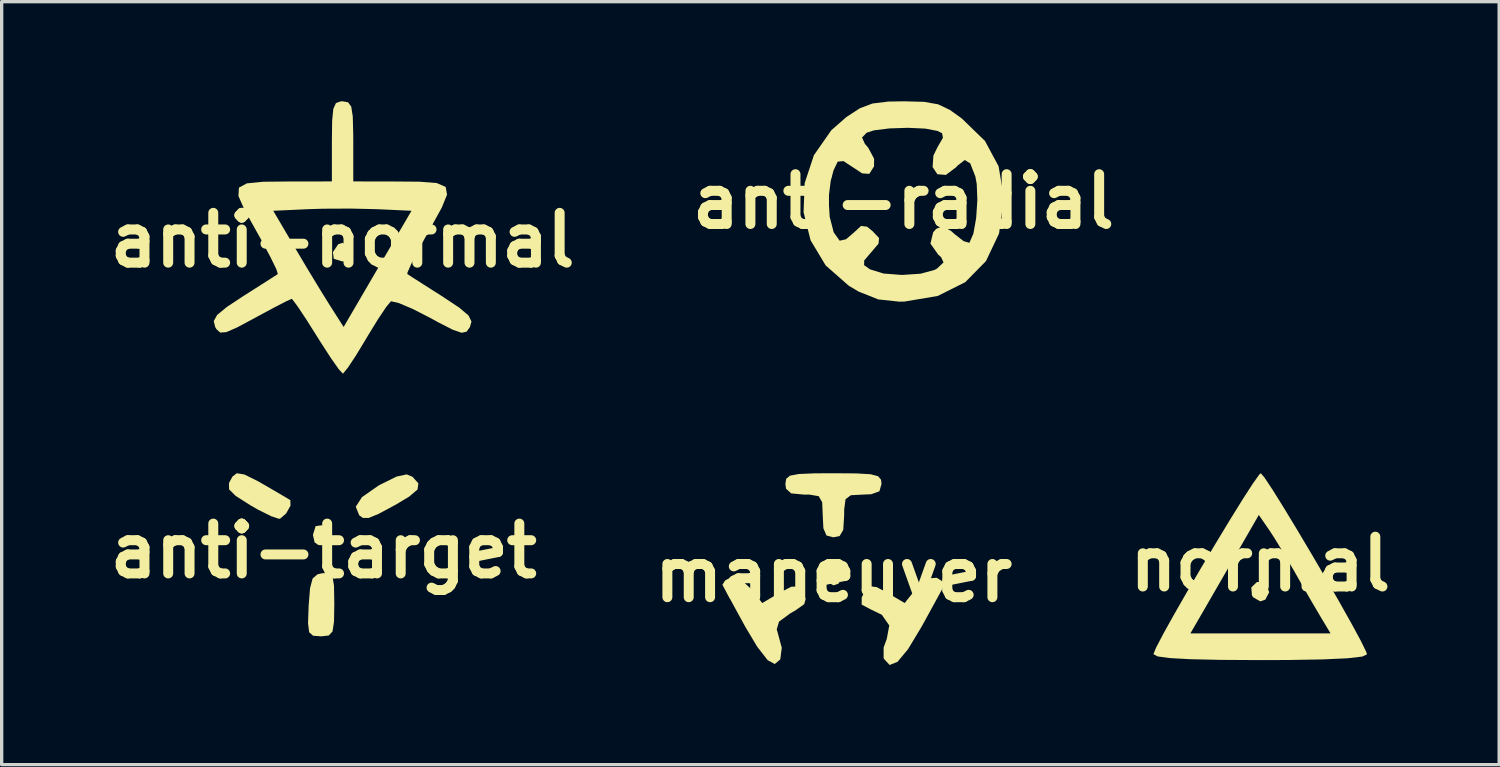
<source format=kicad_pcb>
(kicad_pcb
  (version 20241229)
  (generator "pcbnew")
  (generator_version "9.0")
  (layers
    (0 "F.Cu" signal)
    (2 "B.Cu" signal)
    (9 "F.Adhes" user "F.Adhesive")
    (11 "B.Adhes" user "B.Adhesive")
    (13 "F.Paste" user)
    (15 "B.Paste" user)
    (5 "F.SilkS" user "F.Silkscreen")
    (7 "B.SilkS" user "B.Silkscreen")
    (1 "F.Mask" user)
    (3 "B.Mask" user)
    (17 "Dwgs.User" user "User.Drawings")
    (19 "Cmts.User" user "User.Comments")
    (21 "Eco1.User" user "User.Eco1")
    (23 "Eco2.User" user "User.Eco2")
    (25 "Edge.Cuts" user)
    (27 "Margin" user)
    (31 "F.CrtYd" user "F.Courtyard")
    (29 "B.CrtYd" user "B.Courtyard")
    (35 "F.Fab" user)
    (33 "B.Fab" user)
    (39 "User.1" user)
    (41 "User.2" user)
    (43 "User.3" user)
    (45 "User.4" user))
  (footprint "normal"
    (layer "F.Cu")
    (at 34.893 13.93)
    (property "Reference" "normal" (at 0 0 0) (layer "F.SilkS") (effects (font (size 1.5 1.5) (thickness 0.3))))
    (attr board_only exclude_from_pos_files exclude_from_bom)
    (fp_poly (pts (xy 0.135 0.561) (xy 0.179 0.597) (xy 0.269 0.85) (xy 0.152 1.074) (xy 0 1.125) (xy -0.206 1.008) (xy -0.25 0.951) (xy -0.269 0.705) (xy -0.098 0.541)) (stroke (width 0) (type solid)) (fill yes) (layer "F.SilkS"))
    (fp_poly (pts (xy 0.128 -2.601) (xy 0.367 -2.241) (xy 0.702 -1.704) (xy 1.103 -1.043) (xy 1.54 -0.308) (xy 1.982 0.447) (xy 2.398 1.172) (xy 2.758 1.814) (xy 3.032 2.321) (xy 3.189 2.642) (xy 3.215 2.721) (xy 3.07 2.788) (xy 2.63 2.839) (xy 1.887 2.873) (xy 0.835 2.891) (xy 0 2.894) (xy -1.203 2.887) (xy -2.106 2.867) (xy -2.728 2.833) (xy -3.091 2.783) (xy -3.215 2.715) (xy -3.215 2.711) (xy -3.137 2.519) (xy -2.924 2.112) (xy -2.912 2.09) (xy -2.103 2.09) (xy 0.006 2.09) (xy 2.116 2.09) (xy 1.803 1.567) (xy 1.539 1.119) (xy 1.214 0.553) (xy 1.037 0.241) (xy 0.722 -0.301) (xy 0.413 -0.803) (xy 0.271 -1.019) (xy -0.043 -1.476) (xy -0.677 -0.376) (xy -1.047 0.264) (xy -1.414 0.9) (xy -1.7 1.395) (xy -1.707 1.407) (xy -2.103 2.09) (xy -2.912 2.09) (xy -2.606 1.541) (xy -2.215 0.858) (xy -1.78 0.115) (xy -1.332 -0.636) (xy -0.903 -1.344) (xy -0.523 -1.957) (xy -0.222 -2.422) (xy -0.032 -2.689) (xy 0.016 -2.733)) (stroke (width 0) (type solid)) (fill yes) (layer "F.SilkS")))
  (footprint "anti-radial"
    (layer "F.Cu")
    (at 24.15 3.016)
    (property "Reference" "anti-radial" (at 0 0 0) (layer "F.SilkS") (effects (font (size 1.5 1.5) (thickness 0.3))))
    (attr board_only exclude_from_pos_files exclude_from_bom)
    (fp_poly (pts (xy 0.622 -3) (xy 1.042 -2.926) (xy 1.396 -2.758) (xy 1.757 -2.5) (xy 2.456 -1.821) (xy 2.866 -1.058) (xy 3.015 -0.156) (xy 3.016 -0.036) (xy 2.879 0.964) (xy 2.485 1.795) (xy 1.861 2.43) (xy 1.032 2.845) (xy 0.026 3.014) (xy -0.123 3.016) (xy -0.757 2.949) (xy -1.349 2.713) (xy -1.644 2.538) (xy -2.341 1.926) (xy -2.796 1.168) (xy -3.007 0.322) (xy -2.991 -0.093) (xy -2.255 -0.093) (xy -2.22 0.462) (xy -2.1 0.927) (xy -1.92 1.181) (xy -1.73 1.138) (xy -1.504 0.947) (xy -1.275 0.736) (xy -1.092 0.76) (xy -0.924 0.899) (xy -0.734 1.101) (xy -0.75 1.27) (xy -0.963 1.52) (xy -1.181 1.776) (xy -1.184 1.918) (xy -1.005 2.044) (xy -0.599 2.169) (xy -0.046 2.212) (xy 0.514 2.175) (xy 0.942 2.059) (xy 1.016 2.016) (xy 1.207 1.835) (xy 1.135 1.677) (xy 1.046 1.599) (xy 0.813 1.268) (xy 0.895 0.929) (xy 0.983 0.827) (xy 1.177 0.742) (xy 1.435 0.888) (xy 1.538 0.981) (xy 1.813 1.194) (xy 1.983 1.244) (xy 1.988 1.24) (xy 2.106 0.97) (xy 2.189 0.504) (xy 2.226 -0.036) (xy 2.207 -0.53) (xy 2.165 -0.754) (xy 2.011 -1.148) (xy 1.846 -1.248) (xy 1.625 -1.076) (xy 1.587 -1.032) (xy 1.278 -0.799) (xy 1.022 -0.821) (xy 0.878 -1.037) (xy 0.903 -1.384) (xy 1.026 -1.635) (xy 1.189 -1.918) (xy 1.164 -2.054) (xy 1.025 -2.124) (xy 0.66 -2.194) (xy 0.138 -2.218) (xy -0.417 -2.2) (xy -0.882 -2.143) (xy -1.105 -2.071) (xy -1.246 -1.927) (xy -1.161 -1.736) (xy -1.061 -1.62) (xy -0.883 -1.287) (xy -0.886 -1.055) (xy -1.028 -0.831) (xy -1.242 -0.846) (xy -1.517 -1.027) (xy -1.806 -1.216) (xy -1.979 -1.199) (xy -2.104 -0.937) (xy -2.188 -0.627) (xy -2.255 -0.093) (xy -2.991 -0.093) (xy -2.974 -0.551) (xy -2.695 -1.394) (xy -2.171 -2.145) (xy -1.718 -2.542) (xy -1.312 -2.806) (xy -0.934 -2.949) (xy -0.458 -3.008) (xy 0.011 -3.016)) (stroke (width 0) (type solid)) (fill yes) (layer "F.SilkS")))
  (footprint "anti-target"
    (layer "F.Cu")
    (at 6.693 13.536)
    (property "Reference" "anti-target" (at 0 0 0) (layer "F.SilkS") (effects (font (size 1.5 1.5) (thickness 0.3))))
    (attr board_only exclude_from_pos_files exclude_from_bom)
    (fp_poly (pts (xy 0.199 -0.615) (xy 0.241 -0.482) (xy 0.107 -0.255) (xy -0.04 -0.191) (xy -0.268 -0.247) (xy -0.322 -0.482) (xy -0.24 -0.746) (xy -0.04 -0.773)) (stroke (width 0) (type solid)) (fill yes) (layer "F.SilkS"))
    (fp_poly (pts (xy 2.675 -2.232) (xy 2.853 -2.033) (xy 2.829 -1.849) (xy 2.569 -1.629) (xy 2.15 -1.38) (xy 1.655 -1.114) (xy 1.358 -0.992) (xy 1.182 -0.992) (xy 1.072 -1.072) (xy 0.968 -1.329) (xy 1.155 -1.619) (xy 1.644 -1.96) (xy 1.71 -1.997) (xy 2.197 -2.238) (xy 2.502 -2.303)) (stroke (width 0) (type solid)) (fill yes) (layer "F.SilkS"))
    (fp_poly (pts (xy -2.382 -2.299) (xy -1.979 -2.099) (xy -1.824 -2.01) (xy -1.391 -1.759) (xy -1.089 -1.581) (xy -1.001 -1.527) (xy -0.997 -1.361) (xy -1.13 -1.125) (xy -1.306 -0.973) (xy -1.343 -0.966) (xy -1.58 -1.045) (xy -1.976 -1.242) (xy -2.21 -1.377) (xy -2.647 -1.655) (xy -2.845 -1.852) (xy -2.85 -2.041) (xy -2.746 -2.235) (xy -2.614 -2.338)) (stroke (width 0) (type solid)) (fill yes) (layer "F.SilkS"))
    (fp_poly (pts (xy 0.268 0.769) (xy 0.313 1.05) (xy 0.322 1.581) (xy 0.322 1.596) (xy 0.313 2.135) (xy 0.268 2.427) (xy 0.154 2.547) (xy -0.06 2.572) (xy -0.088 2.572) (xy -0.318 2.554) (xy -0.435 2.449) (xy -0.469 2.179) (xy -0.451 1.667) (xy -0.45 1.648) (xy -0.408 1.119) (xy -0.331 0.832) (xy -0.184 0.705) (xy -0.04 0.672) (xy 0.159 0.666)) (stroke (width 0) (type solid)) (fill yes) (layer "F.SilkS")))
  (footprint "maneuver"
    (layer "F.Cu")
    (at 22.043 14.252)
    (property "Reference" "maneuver" (at 0 0 0) (layer "F.SilkS") (effects (font (size 1.5 1.5) (thickness 0.3))))
    (attr board_only exclude_from_pos_files exclude_from_bom)
    (fp_poly (pts (xy 0.135 -0.243) (xy 0.179 -0.207) (xy 0.269 0.047) (xy 0.152 0.271) (xy 0 0.322) (xy -0.206 0.204) (xy -0.25 0.147) (xy -0.269 -0.098) (xy -0.098 -0.263)) (stroke (width 0) (type solid)) (fill yes) (layer "F.SilkS"))
    (fp_poly (pts (xy -2.806 0.126) (xy -2.49 0.421) (xy -2.144 0.854) (xy -1.628 0.549) (xy -1.274 0.364) (xy -1.08 0.354) (xy -0.96 0.484) (xy -0.835 0.723) (xy -0.88 0.888) (xy -1.143 1.075) (xy -1.304 1.167) (xy -1.639 1.414) (xy -1.708 1.649) (xy -1.683 1.73) (xy -1.556 2.202) (xy -1.601 2.552) (xy -1.768 2.69) (xy -1.982 2.573) (xy -2.293 2.173) (xy -2.653 1.571) (xy -2.954 1.021) (xy -3.193 0.584) (xy -3.328 0.331) (xy -3.343 0.302) (xy -3.257 0.17) (xy -3.112 0.094)) (stroke (width 0) (type solid)) (fill yes) (layer "F.SilkS"))
    (fp_poly (pts (xy 3.322 0.228) (xy 3.343 0.302) (xy 3.248 0.481) (xy 3.037 0.868) (xy 2.751 1.39) (xy 2.653 1.567) (xy 2.245 2.244) (xy 1.928 2.625) (xy 1.691 2.719) (xy 1.523 2.537) (xy 1.51 2.504) (xy 1.511 2.193) (xy 1.606 1.931) (xy 1.681 1.529) (xy 1.456 1.207) (xy 1.111 1.04) (xy 0.849 0.901) (xy 0.852 0.678) (xy 0.96 0.484) (xy 1.098 0.347) (xy 1.305 0.376) (xy 1.628 0.549) (xy 2.144 0.854) (xy 2.49 0.421) (xy 2.831 0.112) (xy 3.112 0.094)) (stroke (width 0) (type solid)) (fill yes) (layer "F.SilkS"))
    (fp_poly (pts (xy 0.687 -3.049) (xy 1.115 -3.024) (xy 1.343 -2.965) (xy 1.433 -2.86) (xy 1.447 -2.733) (xy 1.384 -2.511) (xy 1.138 -2.422) (xy 0.884 -2.411) (xy 0.524 -2.392) (xy 0.364 -2.272) (xy 0.323 -1.958) (xy 0.322 -1.768) (xy 0.295 -1.348) (xy 0.186 -1.162) (xy 0 -1.125) (xy -0.21 -1.179) (xy -0.303 -1.397) (xy -0.322 -1.768) (xy -0.339 -2.18) (xy -0.444 -2.363) (xy -0.718 -2.41) (xy -0.884 -2.411) (xy -1.272 -2.447) (xy -1.428 -2.588) (xy -1.447 -2.733) (xy -1.423 -2.886) (xy -1.309 -2.981) (xy -1.046 -3.031) (xy -0.57 -3.051) (xy 0 -3.054)) (stroke (width 0) (type solid)) (fill yes) (layer "F.SilkS")))
  (footprint "anti-normal"
    (layer "F.Cu")
    (at 7.264 4.18)
    (property "Reference" "anti-normal" (at 0 0 0) (layer "F.SilkS") (effects (font (size 1.5 1.5) (thickness 0.3))))
    (attr board_only exclude_from_pos_files exclude_from_bom)
    (fp_poly (pts (xy 0.227 0.214) (xy 0.291 0.362) (xy 0.235 0.59) (xy 0 0.643) (xy -0.264 0.562) (xy -0.291 0.362) (xy -0.132 0.123) (xy 0 0.08)) (stroke (width 0) (type solid)) (fill yes) (layer "F.SilkS"))
    (fp_poly (pts (xy 0.164 -4.151) (xy 0.261 -4.021) (xy 0.307 -3.724) (xy 0.321 -3.191) (xy 0.322 -2.974) (xy 0.322 -1.768) (xy 1.487 -1.766) (xy 2.306 -1.76) (xy 2.835 -1.719) (xy 3.104 -1.602) (xy 3.145 -1.37) (xy 2.988 -0.981) (xy 2.665 -0.395) (xy 2.612 -0.302) (xy 2.301 0.262) (xy 2.071 0.709) (xy 1.954 0.975) (xy 1.949 1.02) (xy 2.104 1.121) (xy 2.459 1.348) (xy 2.939 1.653) (xy 3.001 1.692) (xy 3.514 2.033) (xy 3.792 2.269) (xy 3.881 2.451) (xy 3.834 2.617) (xy 3.733 2.757) (xy 3.585 2.789) (xy 3.323 2.7) (xy 2.877 2.472) (xy 2.631 2.337) (xy 2.109 2.07) (xy 1.693 1.894) (xy 1.464 1.841) (xy 1.451 1.846) (xy 1.31 2.017) (xy 1.06 2.392) (xy 0.752 2.894) (xy 0.705 2.974) (xy 0.402 3.474) (xy 0.157 3.844) (xy 0.017 4.013) (xy 0.007 4.018) (xy -0.112 3.89) (xy -0.351 3.551) (xy -0.665 3.066) (xy -0.774 2.892) (xy -1.1 2.375) (xy -1.361 1.984) (xy -1.513 1.782) (xy -1.532 1.768) (xy -1.694 1.84) (xy -2.062 2.03) (xy -2.56 2.298) (xy -2.637 2.34) (xy -3.173 2.627) (xy -3.5 2.77) (xy -3.684 2.783) (xy -3.796 2.683) (xy -3.834 2.617) (xy -3.879 2.438) (xy -3.778 2.254) (xy -3.484 2.012) (xy -3.001 1.692) (xy -2.511 1.381) (xy -2.137 1.142) (xy -1.954 1.024) (xy -1.949 1.02) (xy -1.996 0.871) (xy -2.172 0.509) (xy -2.445 -0.003) (xy -2.612 -0.302) (xy -2.937 -0.884) (xy -2.087 -0.884) (xy -1.426 0.241) (xy -1.051 0.873) (xy -0.679 1.486) (xy -0.387 1.957) (xy -0.366 1.99) (xy 0.032 2.614) (xy 1.053 0.865) (xy 2.075 -0.884) (xy 1.037 -0.932) (xy 0.263 -0.95) (xy -0.587 -0.946) (xy -1.044 -0.932) (xy -2.087 -0.884) (xy -2.937 -0.884) (xy -2.955 -0.916) (xy -3.135 -1.329) (xy -3.121 -1.579) (xy -2.884 -1.709) (xy -2.391 -1.758) (xy -1.612 -1.766) (xy -1.487 -1.766) (xy -0.322 -1.768) (xy -0.322 -2.974) (xy -0.314 -3.591) (xy -0.279 -3.952) (xy -0.2 -4.126) (xy -0.058 -4.178) (xy 0 -4.18)) (stroke (width 0) (type solid)) (fill yes) (layer "F.SilkS")))
  (gr_rect
    (start -3 -3)
    (end 42.086 19.971)
    (stroke (width 0.1) (type default))
    (fill no)
    (layer "Edge.Cuts")))
</source>
